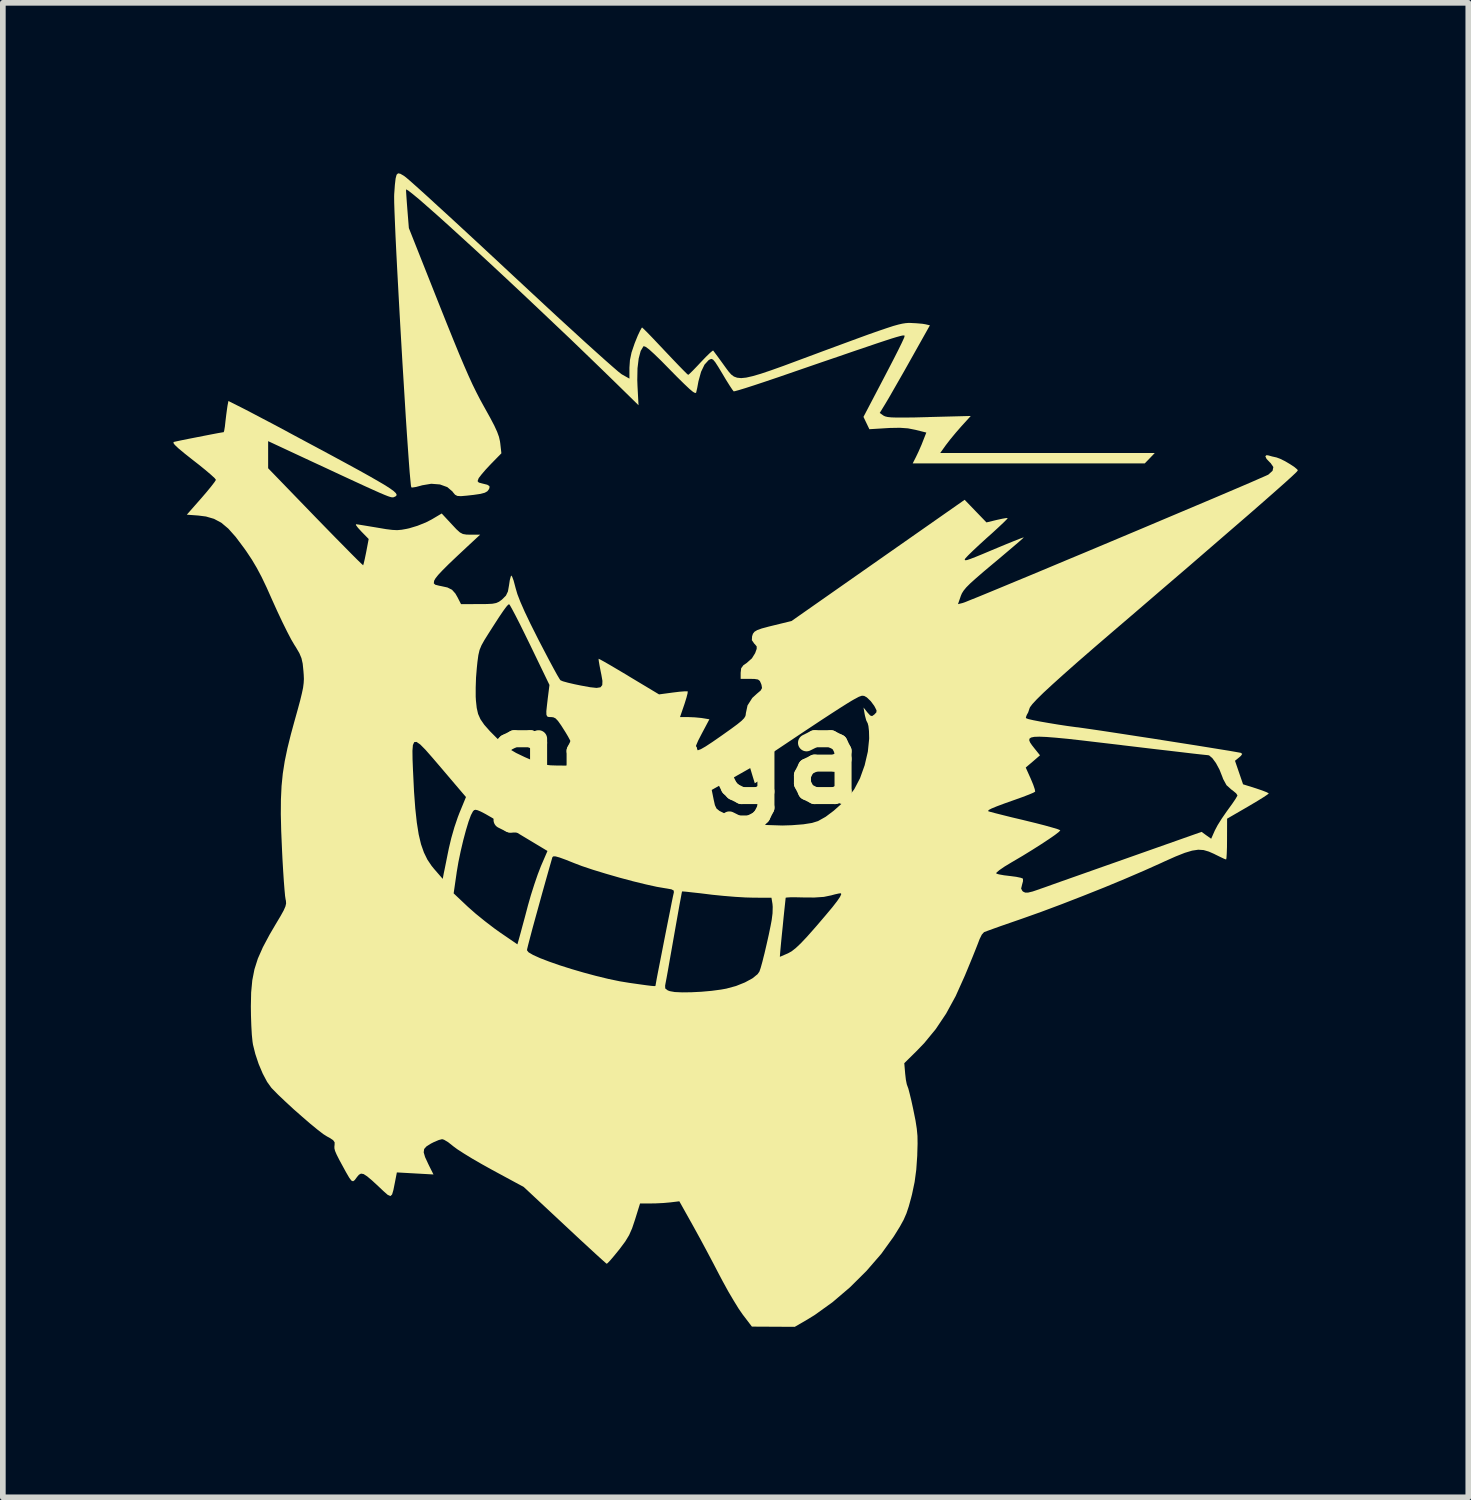
<source format=kicad_pcb>
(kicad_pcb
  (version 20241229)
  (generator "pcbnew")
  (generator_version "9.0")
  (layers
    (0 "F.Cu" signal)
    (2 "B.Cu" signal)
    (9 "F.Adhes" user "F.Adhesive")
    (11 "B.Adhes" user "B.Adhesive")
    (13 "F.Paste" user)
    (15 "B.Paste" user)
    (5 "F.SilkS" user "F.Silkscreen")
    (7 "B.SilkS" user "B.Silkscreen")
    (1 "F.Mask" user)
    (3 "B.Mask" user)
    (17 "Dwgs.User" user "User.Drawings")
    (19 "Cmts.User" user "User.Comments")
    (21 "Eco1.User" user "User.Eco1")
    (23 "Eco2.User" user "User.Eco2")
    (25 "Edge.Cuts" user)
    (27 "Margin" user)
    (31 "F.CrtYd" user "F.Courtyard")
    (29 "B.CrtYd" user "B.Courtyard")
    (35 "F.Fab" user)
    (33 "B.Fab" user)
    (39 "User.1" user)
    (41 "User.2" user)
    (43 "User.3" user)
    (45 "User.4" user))
  (footprint "gengar"
    (layer "F.Cu")
    (at 9.248 10.27)
    (property "Reference" "gengar" (at 0 0 0) (layer "F.SilkS") (effects (font (size 1.5 1.5) (thickness 0.3))))
    (attr board_only exclude_from_pos_files exclude_from_bom)
    (fp_poly (pts (xy -5.255 -10.263) (xy -5.199 -10.231) (xy -5.177 -10.216) (xy -5.135 -10.182) (xy -5.052 -10.11) (xy -4.932 -10.003) (xy -4.778 -9.864) (xy -4.595 -9.696) (xy -4.385 -9.504) (xy -4.153 -9.29) (xy -3.901 -9.057) (xy -3.634 -8.809) (xy -3.356 -8.55) (xy -3.27 -8.47) (xy -2.988 -8.208) (xy -2.717 -7.956) (xy -2.461 -7.719) (xy -2.221 -7.5) (xy -2.004 -7.301) (xy -1.811 -7.127) (xy -1.647 -6.98) (xy -1.515 -6.864) (xy -1.42 -6.782) (xy -1.364 -6.738) (xy -1.355 -6.732) (xy -1.223 -6.658) (xy -1.223 -6.852) (xy -1.214 -6.984) (xy -1.186 -7.118) (xy -1.132 -7.277) (xy -1.121 -7.305) (xy -1.075 -7.418) (xy -1.034 -7.504) (xy -1.007 -7.552) (xy -0.999 -7.557) (xy -0.973 -7.533) (xy -0.911 -7.472) (xy -0.822 -7.38) (xy -0.713 -7.265) (xy -0.592 -7.137) (xy -0.469 -7.007) (xy -0.36 -6.893) (xy -0.273 -6.804) (xy -0.214 -6.745) (xy -0.189 -6.724) (xy -0.163 -6.745) (xy -0.105 -6.802) (xy -0.026 -6.884) (xy 0.032 -6.946) (xy 0.12 -7.038) (xy 0.192 -7.108) (xy 0.238 -7.147) (xy 0.251 -7.152) (xy 0.273 -7.122) (xy 0.323 -7.055) (xy 0.39 -6.963) (xy 0.422 -6.919) (xy 0.476 -6.844) (xy 0.523 -6.781) (xy 0.567 -6.731) (xy 0.615 -6.695) (xy 0.672 -6.674) (xy 0.743 -6.667) (xy 0.832 -6.676) (xy 0.946 -6.702) (xy 1.09 -6.744) (xy 1.268 -6.804) (xy 1.487 -6.882) (xy 1.75 -6.98) (xy 2.065 -7.097) (xy 2.18 -7.14) (xy 2.497 -7.257) (xy 2.763 -7.355) (xy 2.982 -7.435) (xy 3.161 -7.498) (xy 3.305 -7.547) (xy 3.418 -7.584) (xy 3.508 -7.609) (xy 3.578 -7.625) (xy 3.635 -7.634) (xy 3.685 -7.638) (xy 3.714 -7.638) (xy 3.829 -7.632) (xy 3.932 -7.623) (xy 3.981 -7.615) (xy 4.064 -7.596) (xy 3.718 -6.98) (xy 3.613 -6.793) (xy 3.511 -6.615) (xy 3.42 -6.456) (xy 3.345 -6.325) (xy 3.291 -6.234) (xy 3.276 -6.209) (xy 3.181 -6.054) (xy 3.246 -6.008) (xy 3.275 -5.994) (xy 3.319 -5.983) (xy 3.385 -5.976) (xy 3.482 -5.973) (xy 3.616 -5.973) (xy 3.795 -5.975) (xy 4.028 -5.981) (xy 4.047 -5.982) (xy 4.783 -6.001) (xy 4.614 -5.815) (xy 4.518 -5.705) (xy 4.423 -5.59) (xy 4.349 -5.494) (xy 4.345 -5.489) (xy 4.245 -5.349) (xy 6.132 -5.349) (xy 8.02 -5.349) (xy 7.932 -5.257) (xy 7.844 -5.166) (xy 5.802 -5.166) (xy 3.761 -5.166) (xy 3.819 -5.28) (xy 3.866 -5.379) (xy 3.918 -5.498) (xy 3.939 -5.552) (xy 4.001 -5.709) (xy 3.809 -5.757) (xy 3.678 -5.783) (xy 3.536 -5.793) (xy 3.362 -5.79) (xy 3.308 -5.787) (xy 2.999 -5.768) (xy 2.947 -5.876) (xy 2.895 -5.985) (xy 3.245 -6.653) (xy 3.343 -6.841) (xy 3.432 -7.013) (xy 3.508 -7.163) (xy 3.566 -7.281) (xy 3.602 -7.359) (xy 3.613 -7.385) (xy 3.616 -7.398) (xy 3.619 -7.408) (xy 3.616 -7.416) (xy 3.603 -7.418) (xy 3.578 -7.416) (xy 3.537 -7.406) (xy 3.475 -7.389) (xy 3.389 -7.363) (xy 3.276 -7.326) (xy 3.131 -7.278) (xy 2.952 -7.217) (xy 2.733 -7.143) (xy 2.472 -7.053) (xy 2.164 -6.948) (xy 1.807 -6.825) (xy 1.396 -6.683) (xy 1.348 -6.667) (xy 1.15 -6.6) (xy 0.972 -6.541) (xy 0.82 -6.492) (xy 0.705 -6.457) (xy 0.632 -6.437) (xy 0.611 -6.434) (xy 0.587 -6.465) (xy 0.54 -6.536) (xy 0.476 -6.638) (xy 0.416 -6.739) (xy 0.34 -6.865) (xy 0.287 -6.947) (xy 0.25 -6.991) (xy 0.222 -7.005) (xy 0.194 -6.997) (xy 0.169 -6.982) (xy 0.098 -6.904) (xy 0.037 -6.777) (xy -0.008 -6.613) (xy -0.013 -6.587) (xy -0.03 -6.495) (xy -0.047 -6.422) (xy -0.049 -6.412) (xy -0.065 -6.404) (xy -0.103 -6.424) (xy -0.167 -6.477) (xy -0.261 -6.566) (xy -0.39 -6.693) (xy -0.504 -6.809) (xy -0.663 -6.971) (xy -0.786 -7.09) (xy -0.875 -7.171) (xy -0.935 -7.216) (xy -0.97 -7.229) (xy -0.977 -7.226) (xy -1.025 -7.145) (xy -1.06 -7.013) (xy -1.081 -6.84) (xy -1.085 -6.635) (xy -1.081 -6.526) (xy -1.063 -6.19) (xy -1.456 -6.575) (xy -1.714 -6.826) (xy -1.984 -7.087) (xy -2.262 -7.355) (xy -2.547 -7.625) (xy -2.833 -7.896) (xy -3.117 -8.164) (xy -3.397 -8.426) (xy -3.668 -8.678) (xy -3.927 -8.917) (xy -4.171 -9.14) (xy -4.395 -9.344) (xy -4.597 -9.526) (xy -4.774 -9.682) (xy -4.92 -9.81) (xy -5.035 -9.905) (xy -5.112 -9.965) (xy -5.15 -9.987) (xy -5.153 -9.986) (xy -5.153 -9.955) (xy -5.148 -9.876) (xy -5.14 -9.76) (xy -5.131 -9.643) (xy -5.104 -9.307) (xy -4.568 -7.956) (xy -4.433 -7.618) (xy -4.317 -7.331) (xy -4.217 -7.087) (xy -4.129 -6.88) (xy -4.052 -6.704) (xy -3.982 -6.551) (xy -3.915 -6.415) (xy -3.85 -6.289) (xy -3.783 -6.167) (xy -3.774 -6.151) (xy -3.674 -5.971) (xy -3.601 -5.832) (xy -3.551 -5.723) (xy -3.519 -5.635) (xy -3.501 -5.556) (xy -3.496 -5.521) (xy -3.476 -5.344) (xy -3.66 -5.156) (xy -3.749 -5.061) (xy -3.823 -4.975) (xy -3.871 -4.913) (xy -3.878 -4.901) (xy -3.895 -4.854) (xy -3.873 -4.829) (xy -3.813 -4.813) (xy -3.724 -4.791) (xy -3.686 -4.767) (xy -3.686 -4.734) (xy -3.698 -4.708) (xy -3.724 -4.675) (xy -3.769 -4.65) (xy -3.844 -4.63) (xy -3.96 -4.613) (xy -4.084 -4.599) (xy -4.188 -4.59) (xy -4.251 -4.594) (xy -4.291 -4.615) (xy -4.329 -4.66) (xy -4.335 -4.67) (xy -4.427 -4.749) (xy -4.557 -4.796) (xy -4.71 -4.808) (xy -4.871 -4.781) (xy -4.887 -4.776) (xy -4.977 -4.752) (xy -5.041 -4.742) (xy -5.061 -4.745) (xy -5.068 -4.78) (xy -5.077 -4.871) (xy -5.09 -5.011) (xy -5.104 -5.197) (xy -5.12 -5.421) (xy -5.138 -5.679) (xy -5.157 -5.966) (xy -5.176 -6.275) (xy -5.196 -6.601) (xy -5.217 -6.939) (xy -5.237 -7.283) (xy -5.257 -7.628) (xy -5.276 -7.968) (xy -5.294 -8.298) (xy -5.311 -8.612) (xy -5.326 -8.905) (xy -5.339 -9.172) (xy -5.349 -9.406) (xy -5.357 -9.603) (xy -5.362 -9.756) (xy -5.363 -9.861) (xy -5.362 -9.902) (xy -5.35 -10.068) (xy -5.337 -10.18) (xy -5.32 -10.245) (xy -5.294 -10.27)) (stroke (width 0) (type solid)) (fill yes) (layer "F.SilkS"))
    (fp_poly (pts (xy -8.059 -6.154) (xy -7.969 -6.108) (xy -7.835 -6.038) (xy -7.67 -5.951) (xy -7.483 -5.853) (xy -7.286 -5.748) (xy -7.183 -5.692) (xy -6.81 -5.492) (xy -6.487 -5.319) (xy -6.212 -5.17) (xy -5.981 -5.044) (xy -5.791 -4.938) (xy -5.638 -4.85) (xy -5.519 -4.78) (xy -5.431 -4.723) (xy -5.371 -4.679) (xy -5.335 -4.645) (xy -5.32 -4.62) (xy -5.323 -4.6) (xy -5.34 -4.585) (xy -5.368 -4.573) (xy -5.368 -4.572) (xy -5.382 -4.569) (xy -5.4 -4.569) (xy -5.429 -4.575) (xy -5.471 -4.589) (xy -5.532 -4.613) (xy -5.617 -4.649) (xy -5.731 -4.7) (xy -5.877 -4.766) (xy -6.061 -4.851) (xy -6.288 -4.956) (xy -6.562 -5.084) (xy -6.793 -5.191) (xy -7.58 -5.558) (xy -7.58 -5.319) (xy -7.58 -5.081) (xy -6.749 -4.222) (xy -6.565 -4.033) (xy -6.395 -3.859) (xy -6.243 -3.705) (xy -6.114 -3.574) (xy -6.013 -3.473) (xy -5.943 -3.405) (xy -5.91 -3.375) (xy -5.908 -3.374) (xy -5.898 -3.407) (xy -5.88 -3.484) (xy -5.858 -3.59) (xy -5.854 -3.61) (xy -5.811 -3.836) (xy -5.938 -3.966) (xy -6 -4.034) (xy -6.035 -4.081) (xy -6.035 -4.096) (xy -5.995 -4.091) (xy -5.908 -4.077) (xy -5.787 -4.057) (xy -5.66 -4.036) (xy -5.507 -4.01) (xy -5.395 -3.996) (xy -5.309 -3.992) (xy -5.23 -3.999) (xy -5.141 -4.015) (xy -5.097 -4.025) (xy -4.954 -4.068) (xy -4.804 -4.128) (xy -4.703 -4.18) (xy -4.526 -4.285) (xy -4.353 -4.099) (xy -4.267 -4.007) (xy -4.206 -3.952) (xy -4.153 -3.924) (xy -4.092 -3.914) (xy -4.016 -3.912) (xy -3.85 -3.912) (xy -4.072 -3.706) (xy -4.259 -3.531) (xy -4.404 -3.393) (xy -4.512 -3.285) (xy -4.588 -3.204) (xy -4.635 -3.145) (xy -4.658 -3.104) (xy -4.66 -3.098) (xy -4.665 -3.055) (xy -4.638 -3.031) (xy -4.566 -3.013) (xy -4.548 -3.01) (xy -4.425 -2.983) (xy -4.345 -2.943) (xy -4.286 -2.877) (xy -4.248 -2.811) (xy -4.186 -2.69) (xy -3.874 -2.691) (xy -3.73 -2.692) (xy -3.633 -2.697) (xy -3.567 -2.71) (xy -3.518 -2.732) (xy -3.47 -2.767) (xy -3.461 -2.775) (xy -3.396 -2.84) (xy -3.361 -2.913) (xy -3.342 -3.019) (xy -3.328 -3.112) (xy -3.311 -3.176) (xy -3.302 -3.194) (xy -3.286 -3.172) (xy -3.261 -3.105) (xy -3.234 -3.004) (xy -3.227 -2.977) (xy -3.195 -2.867) (xy -3.142 -2.73) (xy -3.066 -2.557) (xy -2.965 -2.345) (xy -2.835 -2.086) (xy -2.824 -2.064) (xy -2.726 -1.876) (xy -2.636 -1.704) (xy -2.558 -1.559) (xy -2.496 -1.446) (xy -2.453 -1.374) (xy -2.437 -1.351) (xy -2.393 -1.332) (xy -2.302 -1.307) (xy -2.181 -1.279) (xy -2.078 -1.258) (xy -1.914 -1.228) (xy -1.801 -1.216) (xy -1.732 -1.227) (xy -1.701 -1.266) (xy -1.698 -1.339) (xy -1.717 -1.449) (xy -1.727 -1.497) (xy -1.748 -1.605) (xy -1.762 -1.687) (xy -1.766 -1.727) (xy -1.766 -1.729) (xy -1.738 -1.716) (xy -1.667 -1.677) (xy -1.559 -1.615) (xy -1.422 -1.534) (xy -1.265 -1.441) (xy -1.23 -1.419) (xy -0.702 -1.102) (xy -0.456 -1.135) (xy -0.341 -1.149) (xy -0.251 -1.156) (xy -0.201 -1.156) (xy -0.197 -1.155) (xy -0.2 -1.121) (xy -0.219 -1.046) (xy -0.251 -0.943) (xy -0.258 -0.922) (xy -0.333 -0.703) (xy -0.189 -0.703) (xy -0.072 -0.698) (xy 0.043 -0.687) (xy 0.069 -0.683) (xy 0.184 -0.664) (xy 0.049 -0.41) (xy -0.015 -0.286) (xy -0.05 -0.203) (xy -0.06 -0.153) (xy -0.049 -0.125) (xy -0.046 -0.123) (xy -0.018 -0.119) (xy 0.034 -0.138) (xy 0.116 -0.185) (xy 0.235 -0.263) (xy 0.395 -0.374) (xy 0.409 -0.384) (xy 0.564 -0.494) (xy 0.675 -0.576) (xy 0.75 -0.637) (xy 0.795 -0.683) (xy 0.818 -0.721) (xy 0.825 -0.757) (xy 0.825 -0.768) (xy 0.855 -0.908) (xy 0.939 -1.04) (xy 1.022 -1.116) (xy 1.086 -1.17) (xy 1.11 -1.214) (xy 1.101 -1.268) (xy 1.095 -1.286) (xy 1.072 -1.338) (xy 1.039 -1.364) (xy 0.976 -1.374) (xy 0.899 -1.375) (xy 0.734 -1.375) (xy 0.734 -1.483) (xy 0.743 -1.562) (xy 0.783 -1.616) (xy 0.838 -1.653) (xy 0.932 -1.736) (xy 0.989 -1.828) (xy 1.016 -1.903) (xy 1.016 -1.946) (xy 0.986 -1.983) (xy 0.975 -1.993) (xy 0.931 -2.056) (xy 0.935 -2.123) (xy 0.95 -2.169) (xy 0.977 -2.204) (xy 1.025 -2.233) (xy 1.105 -2.262) (xy 1.228 -2.295) (xy 1.342 -2.323) (xy 1.629 -2.393) (xy 3.152 -3.46) (xy 4.675 -4.526) (xy 4.867 -4.327) (xy 5.059 -4.128) (xy 5.241 -4.172) (xy 5.338 -4.193) (xy 5.408 -4.205) (xy 5.434 -4.205) (xy 5.416 -4.182) (xy 5.359 -4.125) (xy 5.271 -4.042) (xy 5.159 -3.939) (xy 5.06 -3.851) (xy 4.933 -3.735) (xy 4.824 -3.633) (xy 4.74 -3.551) (xy 4.689 -3.497) (xy 4.677 -3.478) (xy 4.679 -3.466) (xy 4.692 -3.462) (xy 4.722 -3.467) (xy 4.777 -3.486) (xy 4.863 -3.519) (xy 4.988 -3.57) (xy 5.159 -3.642) (xy 5.25 -3.68) (xy 5.404 -3.744) (xy 5.537 -3.798) (xy 5.64 -3.839) (xy 5.701 -3.861) (xy 5.716 -3.864) (xy 5.693 -3.842) (xy 5.631 -3.787) (xy 5.534 -3.704) (xy 5.41 -3.599) (xy 5.266 -3.477) (xy 5.183 -3.408) (xy 5.008 -3.261) (xy 4.874 -3.145) (xy 4.775 -3.056) (xy 4.705 -2.986) (xy 4.658 -2.929) (xy 4.627 -2.88) (xy 4.606 -2.831) (xy 4.605 -2.826) (xy 4.558 -2.69) (xy 4.64 -2.71) (xy 4.683 -2.725) (xy 4.776 -2.763) (xy 4.916 -2.819) (xy 5.098 -2.894) (xy 5.316 -2.984) (xy 5.566 -3.088) (xy 5.844 -3.203) (xy 6.143 -3.328) (xy 6.46 -3.461) (xy 6.789 -3.598) (xy 7.127 -3.74) (xy 7.467 -3.883) (xy 7.805 -4.025) (xy 8.136 -4.165) (xy 8.456 -4.3) (xy 8.759 -4.428) (xy 9.041 -4.547) (xy 9.297 -4.656) (xy 9.522 -4.752) (xy 9.711 -4.833) (xy 9.859 -4.898) (xy 9.962 -4.943) (xy 10.015 -4.967) (xy 10.02 -4.97) (xy 10.093 -5.036) (xy 10.107 -5.102) (xy 10.06 -5.171) (xy 10.046 -5.184) (xy 9.987 -5.246) (xy 9.966 -5.292) (xy 9.986 -5.311) (xy 10.018 -5.307) (xy 10.087 -5.288) (xy 10.163 -5.271) (xy 10.228 -5.247) (xy 10.313 -5.205) (xy 10.401 -5.153) (xy 10.478 -5.102) (xy 10.528 -5.06) (xy 10.537 -5.041) (xy 10.509 -5.009) (xy 10.434 -4.938) (xy 10.313 -4.828) (xy 10.145 -4.679) (xy 9.931 -4.491) (xy 9.67 -4.263) (xy 9.362 -3.997) (xy 9.008 -3.691) (xy 8.608 -3.345) (xy 8.16 -2.961) (xy 7.667 -2.537) (xy 7.292 -2.216) (xy 6.957 -1.928) (xy 6.668 -1.677) (xy 6.424 -1.461) (xy 6.223 -1.28) (xy 6.064 -1.133) (xy 5.946 -1.017) (xy 5.867 -0.932) (xy 5.825 -0.876) (xy 5.818 -0.86) (xy 5.793 -0.785) (xy 5.768 -0.74) (xy 5.752 -0.696) (xy 5.758 -0.682) (xy 5.796 -0.668) (xy 5.882 -0.648) (xy 6.006 -0.624) (xy 6.156 -0.598) (xy 6.319 -0.571) (xy 6.484 -0.546) (xy 6.639 -0.525) (xy 6.67 -0.522) (xy 6.755 -0.51) (xy 6.887 -0.491) (xy 7.059 -0.466) (xy 7.263 -0.435) (xy 7.492 -0.4) (xy 7.738 -0.362) (xy 7.994 -0.323) (xy 8.253 -0.282) (xy 8.507 -0.242) (xy 8.749 -0.204) (xy 8.972 -0.168) (xy 9.168 -0.136) (xy 9.329 -0.11) (xy 9.449 -0.089) (xy 9.521 -0.076) (xy 9.536 -0.073) (xy 9.559 -0.054) (xy 9.536 -0.02) (xy 9.507 0.005) (xy 9.432 0.066) (xy 9.503 0.273) (xy 9.574 0.48) (xy 9.8 0.551) (xy 9.906 0.587) (xy 9.986 0.618) (xy 10.024 0.638) (xy 10.026 0.641) (xy 10.001 0.662) (xy 9.932 0.708) (xy 9.829 0.772) (xy 9.703 0.847) (xy 9.659 0.873) (xy 9.293 1.085) (xy 9.292 1.444) (xy 9.291 1.584) (xy 9.287 1.699) (xy 9.282 1.776) (xy 9.276 1.803) (xy 9.242 1.791) (xy 9.17 1.757) (xy 9.074 1.71) (xy 9.072 1.708) (xy 8.972 1.664) (xy 8.88 1.637) (xy 8.785 1.631) (xy 8.678 1.647) (xy 8.548 1.686) (xy 8.387 1.75) (xy 8.183 1.841) (xy 8.132 1.865) (xy 7.837 1.997) (xy 7.5 2.142) (xy 7.134 2.294) (xy 6.755 2.445) (xy 6.379 2.591) (xy 6.021 2.725) (xy 5.695 2.841) (xy 5.655 2.855) (xy 5.473 2.918) (xy 5.309 2.975) (xy 5.172 3.024) (xy 5.073 3.06) (xy 5.02 3.08) (xy 5.015 3.083) (xy 4.977 3.125) (xy 4.94 3.2) (xy 4.933 3.217) (xy 4.909 3.281) (xy 4.866 3.39) (xy 4.809 3.532) (xy 4.741 3.697) (xy 4.678 3.849) (xy 4.517 4.207) (xy 4.349 4.515) (xy 4.167 4.787) (xy 3.963 5.035) (xy 3.826 5.177) (xy 3.613 5.387) (xy 3.629 5.574) (xy 3.641 5.678) (xy 3.657 5.758) (xy 3.669 5.792) (xy 3.684 5.832) (xy 3.707 5.92) (xy 3.737 6.043) (xy 3.769 6.19) (xy 3.775 6.22) (xy 3.811 6.398) (xy 3.833 6.54) (xy 3.845 6.667) (xy 3.847 6.804) (xy 3.842 6.972) (xy 3.841 7.015) (xy 3.824 7.261) (xy 3.795 7.477) (xy 3.75 7.691) (xy 3.734 7.754) (xy 3.692 7.907) (xy 3.651 8.03) (xy 3.602 8.142) (xy 3.536 8.262) (xy 3.445 8.409) (xy 3.424 8.442) (xy 3.208 8.742) (xy 2.948 9.042) (xy 2.658 9.33) (xy 2.351 9.592) (xy 2.041 9.815) (xy 1.905 9.899) (xy 1.686 10.026) (xy 1.309 10.024) (xy 0.932 10.022) (xy 0.771 9.811) (xy 0.701 9.71) (xy 0.614 9.569) (xy 0.516 9.403) (xy 0.419 9.226) (xy 0.361 9.117) (xy 0.258 8.919) (xy 0.142 8.7) (xy 0.026 8.484) (xy -0.08 8.291) (xy -0.116 8.226) (xy -0.345 7.817) (xy -0.501 7.836) (xy -0.623 7.847) (xy -0.766 7.854) (xy -0.847 7.855) (xy -1.036 7.855) (xy -1.125 8.141) (xy -1.176 8.293) (xy -1.229 8.413) (xy -1.297 8.525) (xy -1.393 8.654) (xy -1.409 8.674) (xy -1.492 8.776) (xy -1.561 8.857) (xy -1.608 8.906) (xy -1.624 8.916) (xy -1.65 8.894) (xy -1.715 8.836) (xy -1.814 8.746) (xy -1.941 8.629) (xy -2.092 8.49) (xy -2.259 8.334) (xy -2.363 8.237) (xy -3.083 7.565) (xy -3.643 7.262) (xy -3.821 7.163) (xy -3.989 7.066) (xy -4.136 6.976) (xy -4.252 6.901) (xy -4.325 6.847) (xy -4.332 6.841) (xy -4.413 6.777) (xy -4.485 6.734) (xy -4.519 6.724) (xy -4.578 6.739) (xy -4.665 6.776) (xy -4.718 6.803) (xy -4.794 6.851) (xy -4.835 6.897) (xy -4.843 6.956) (xy -4.819 7.039) (xy -4.763 7.16) (xy -4.746 7.195) (xy -4.671 7.345) (xy -4.993 7.327) (xy -5.315 7.309) (xy -5.349 7.483) (xy -5.376 7.618) (xy -5.399 7.697) (xy -5.429 7.725) (xy -5.476 7.704) (xy -5.551 7.638) (xy -5.625 7.568) (xy -5.749 7.453) (xy -5.838 7.378) (xy -5.9 7.338) (xy -5.946 7.33) (xy -5.983 7.35) (xy -6.02 7.394) (xy -6.023 7.399) (xy -6.058 7.445) (xy -6.086 7.465) (xy -6.116 7.452) (xy -6.154 7.401) (xy -6.21 7.305) (xy -6.253 7.226) (xy -6.327 7.09) (xy -6.375 6.995) (xy -6.403 6.93) (xy -6.414 6.884) (xy -6.414 6.846) (xy -6.411 6.828) (xy -6.41 6.779) (xy -6.437 6.741) (xy -6.503 6.698) (xy -6.543 6.677) (xy -6.611 6.634) (xy -6.712 6.556) (xy -6.839 6.452) (xy -6.98 6.33) (xy -7.128 6.2) (xy -7.271 6.068) (xy -7.402 5.944) (xy -7.509 5.835) (xy -7.524 5.819) (xy -7.598 5.716) (xy -7.675 5.571) (xy -7.747 5.401) (xy -7.806 5.224) (xy -7.847 5.059) (xy -7.855 5.006) (xy -7.867 4.886) (xy -7.876 4.725) (xy -7.882 4.547) (xy -7.884 4.386) (xy -7.879 4.142) (xy -7.859 3.929) (xy -7.821 3.735) (xy -7.761 3.546) (xy -7.696 3.4) (xy -3.026 3.4) (xy -2.998 3.436) (xy -2.918 3.483) (xy -2.794 3.539) (xy -2.635 3.6) (xy -2.449 3.665) (xy -2.244 3.73) (xy -2.028 3.793) (xy -1.809 3.852) (xy -1.595 3.904) (xy -1.394 3.946) (xy -1.223 3.974) (xy -1.047 3.999) (xy -0.924 4.016) (xy -0.842 4.026) (xy -0.795 4.03) (xy -0.772 4.03) (xy -0.765 4.025) (xy -0.764 4.023) (xy -0.595 4.023) (xy -0.593 4.072) (xy -0.549 4.106) (xy -0.511 4.12) (xy -0.426 4.135) (xy -0.295 4.141) (xy -0.133 4.139) (xy 0.045 4.13) (xy 0.223 4.114) (xy 0.388 4.092) (xy 0.482 4.075) (xy 0.652 4.029) (xy 0.809 3.966) (xy 0.94 3.895) (xy 1.032 3.821) (xy 1.064 3.775) (xy 1.086 3.711) (xy 1.117 3.6) (xy 1.138 3.515) (xy 1.424 3.515) (xy 1.424 3.515) (xy 1.452 3.504) (xy 1.518 3.475) (xy 1.567 3.454) (xy 1.63 3.419) (xy 1.702 3.363) (xy 1.789 3.281) (xy 1.899 3.165) (xy 2.037 3.009) (xy 2.072 2.969) (xy 2.229 2.785) (xy 2.348 2.643) (xy 2.431 2.536) (xy 2.481 2.463) (xy 2.503 2.417) (xy 2.5 2.398) (xy 2.467 2.4) (xy 2.394 2.416) (xy 2.328 2.434) (xy 2.197 2.461) (xy 2.032 2.472) (xy 1.848 2.471) (xy 1.716 2.468) (xy 1.61 2.468) (xy 1.544 2.472) (xy 1.526 2.476) (xy 1.517 2.562) (xy 1.504 2.683) (xy 1.489 2.827) (xy 1.474 2.982) (xy 1.458 3.136) (xy 1.444 3.279) (xy 1.433 3.397) (xy 1.426 3.48) (xy 1.424 3.515) (xy 1.138 3.515) (xy 1.153 3.457) (xy 1.191 3.294) (xy 1.229 3.125) (xy 1.262 2.964) (xy 1.28 2.868) (xy 1.295 2.75) (xy 1.298 2.636) (xy 1.294 2.585) (xy 1.276 2.476) (xy 0.966 2.475) (xy 0.82 2.471) (xy 0.634 2.46) (xy 0.43 2.443) (xy 0.23 2.423) (xy 0.183 2.417) (xy 0.021 2.397) (xy -0.118 2.382) (xy -0.224 2.37) (xy -0.285 2.365) (xy -0.297 2.365) (xy -0.304 2.396) (xy -0.319 2.479) (xy -0.343 2.606) (xy -0.372 2.769) (xy -0.406 2.961) (xy -0.442 3.165) (xy -0.48 3.381) (xy -0.515 3.579) (xy -0.545 3.751) (xy -0.57 3.889) (xy -0.588 3.983) (xy -0.595 4.023) (xy -0.764 4.023) (xy -0.764 4.021) (xy -0.758 3.986) (xy -0.743 3.901) (xy -0.719 3.776) (xy -0.688 3.619) (xy -0.653 3.44) (xy -0.616 3.25) (xy -0.578 3.057) (xy -0.541 2.871) (xy -0.507 2.702) (xy -0.479 2.559) (xy -0.457 2.452) (xy -0.443 2.39) (xy -0.441 2.381) (xy -0.444 2.349) (xy -0.484 2.328) (xy -0.573 2.312) (xy -0.588 2.31) (xy -0.74 2.284) (xy -0.935 2.241) (xy -1.16 2.186) (xy -1.399 2.122) (xy -1.638 2.053) (xy -1.864 1.984) (xy -2.061 1.918) (xy -2.192 1.868) (xy -2.345 1.807) (xy -2.452 1.768) (xy -2.52 1.749) (xy -2.559 1.747) (xy -2.577 1.76) (xy -2.58 1.768) (xy -2.638 1.97) (xy -2.699 2.186) (xy -2.761 2.407) (xy -2.821 2.625) (xy -2.878 2.831) (xy -2.929 3.017) (xy -2.971 3.176) (xy -3.003 3.298) (xy -3.022 3.376) (xy -3.026 3.4) (xy -7.696 3.4) (xy -7.673 3.347) (xy -7.554 3.124) (xy -7.445 2.938) (xy -7.362 2.799) (xy -7.307 2.7) (xy -7.276 2.629) (xy -7.264 2.577) (xy -7.267 2.53) (xy -7.273 2.504) (xy -7.282 2.444) (xy -7.286 2.399) (xy -4.316 2.399) (xy -4.065 2.636) (xy -3.929 2.756) (xy -3.765 2.889) (xy -3.599 3.016) (xy -3.504 3.084) (xy -3.194 3.296) (xy -3.158 3.168) (xy -3.137 3.092) (xy -3.105 2.972) (xy -3.064 2.822) (xy -3.021 2.659) (xy -3.009 2.613) (xy -2.957 2.431) (xy -2.897 2.242) (xy -2.837 2.067) (xy -2.784 1.929) (xy -2.78 1.919) (xy -2.665 1.653) (xy -3.296 1.274) (xy -3.494 1.156) (xy -3.646 1.066) (xy -3.759 1.001) (xy -3.84 0.959) (xy -3.895 0.936) (xy -3.931 0.928) (xy -3.954 0.934) (xy -3.972 0.95) (xy -3.977 0.957) (xy -4.012 1.023) (xy -4.054 1.137) (xy -4.1 1.289) (xy -4.147 1.465) (xy -4.192 1.656) (xy -4.232 1.848) (xy -4.263 2.031) (xy -4.265 2.048) (xy -4.316 2.399) (xy -7.286 2.399) (xy -7.292 2.334) (xy -7.304 2.182) (xy -7.316 1.999) (xy -7.328 1.794) (xy -7.335 1.651) (xy -7.35 1.303) (xy -7.357 1.005) (xy -7.355 0.744) (xy -7.344 0.51) (xy -7.322 0.29) (xy -7.288 0.073) (xy -7.25 -0.109) (xy -5.041 -0.109) (xy -5.039 0.042) (xy -5.031 0.244) (xy -5.03 0.259) (xy -5.013 0.61) (xy -4.991 0.906) (xy -4.964 1.154) (xy -4.931 1.362) (xy -4.89 1.535) (xy -4.839 1.68) (xy -4.778 1.805) (xy -4.704 1.915) (xy -4.66 1.969) (xy -4.508 2.144) (xy -4.489 2.042) (xy -4.474 1.971) (xy -4.451 1.857) (xy -4.423 1.717) (xy -4.4 1.605) (xy -4.358 1.428) (xy -4.303 1.236) (xy -4.243 1.059) (xy -4.215 0.986) (xy -4.099 0.704) (xy -4.206 0.579) (xy 0.225 0.579) (xy 0.259 0.749) (xy 0.281 0.847) (xy 0.309 0.906) (xy 0.361 0.948) (xy 0.451 0.993) (xy 0.453 0.994) (xy 0.698 1.094) (xy 0.937 1.16) (xy 1.187 1.196) (xy 1.466 1.205) (xy 1.633 1.2) (xy 1.837 1.184) (xy 1.989 1.16) (xy 2.099 1.126) (xy 2.099 1.125) (xy 2.229 1.052) (xy 2.365 0.95) (xy 5.088 0.95) (xy 5.094 0.955) (xy 5.13 0.966) (xy 5.217 0.989) (xy 5.344 1.021) (xy 5.504 1.061) (xy 5.686 1.104) (xy 5.739 1.117) (xy 5.923 1.162) (xy 6.086 1.204) (xy 6.218 1.241) (xy 6.311 1.269) (xy 6.355 1.287) (xy 6.358 1.29) (xy 6.333 1.318) (xy 6.263 1.372) (xy 6.156 1.446) (xy 6.021 1.535) (xy 5.865 1.634) (xy 5.696 1.738) (xy 5.523 1.84) (xy 5.509 1.848) (xy 5.378 1.927) (xy 5.285 1.991) (xy 5.235 2.034) (xy 5.232 2.051) (xy 5.279 2.065) (xy 5.368 2.081) (xy 5.477 2.094) (xy 5.583 2.108) (xy 5.664 2.125) (xy 5.701 2.14) (xy 5.701 2.14) (xy 5.702 2.184) (xy 5.685 2.248) (xy 5.669 2.315) (xy 5.692 2.358) (xy 5.707 2.37) (xy 5.742 2.386) (xy 5.793 2.385) (xy 5.872 2.366) (xy 5.993 2.325) (xy 6.005 2.32) (xy 6.086 2.292) (xy 6.217 2.245) (xy 6.391 2.183) (xy 6.601 2.109) (xy 6.839 2.025) (xy 7.099 1.933) (xy 7.372 1.837) (xy 7.547 1.775) (xy 8.844 1.317) (xy 8.928 1.378) (xy 9.013 1.438) (xy 9.077 1.293) (xy 9.126 1.2) (xy 9.2 1.082) (xy 9.285 0.959) (xy 9.308 0.927) (xy 9.382 0.825) (xy 9.439 0.741) (xy 9.471 0.686) (xy 9.475 0.674) (xy 9.452 0.639) (xy 9.393 0.59) (xy 9.369 0.573) (xy 9.283 0.496) (xy 9.223 0.386) (xy 9.211 0.352) (xy 9.159 0.221) (xy 9.097 0.106) (xy 9.033 0.019) (xy 8.977 -0.028) (xy 8.959 -0.032) (xy 8.92 -0.036) (xy 8.826 -0.046) (xy 8.683 -0.062) (xy 8.498 -0.084) (xy 8.277 -0.11) (xy 8.025 -0.139) (xy 7.749 -0.172) (xy 7.455 -0.207) (xy 7.427 -0.211) (xy 7.06 -0.254) (xy 6.748 -0.291) (xy 6.49 -0.32) (xy 6.28 -0.34) (xy 6.114 -0.353) (xy 5.989 -0.358) (xy 5.9 -0.355) (xy 5.844 -0.343) (xy 5.815 -0.322) (xy 5.812 -0.292) (xy 5.828 -0.254) (xy 5.86 -0.207) (xy 5.904 -0.151) (xy 6.001 -0.03) (xy 5.876 0.078) (xy 5.75 0.185) (xy 5.84 0.386) (xy 5.882 0.487) (xy 5.909 0.567) (xy 5.916 0.608) (xy 5.915 0.61) (xy 5.882 0.629) (xy 5.803 0.662) (xy 5.691 0.705) (xy 5.571 0.748) (xy 5.379 0.816) (xy 5.24 0.868) (xy 5.148 0.906) (xy 5.099 0.932) (xy 5.088 0.95) (xy 2.365 0.95) (xy 2.375 0.942) (xy 2.52 0.813) (xy 2.648 0.679) (xy 2.733 0.567) (xy 2.834 0.374) (xy 2.916 0.145) (xy 2.972 -0.095) (xy 2.995 -0.319) (xy 2.995 -0.342) (xy 2.992 -0.456) (xy 2.982 -0.546) (xy 2.969 -0.595) (xy 2.967 -0.598) (xy 2.944 -0.644) (xy 2.922 -0.725) (xy 2.917 -0.749) (xy 2.896 -0.871) (xy 2.964 -0.785) (xy 3.013 -0.731) (xy 3.046 -0.72) (xy 3.085 -0.747) (xy 3.088 -0.75) (xy 3.122 -0.786) (xy 3.125 -0.821) (xy 3.096 -0.879) (xy 3.083 -0.902) (xy 3.023 -0.983) (xy 2.956 -1.047) (xy 2.949 -1.052) (xy 2.908 -1.075) (xy 2.868 -1.079) (xy 2.814 -1.06) (xy 2.73 -1.015) (xy 2.683 -0.988) (xy 2.603 -0.939) (xy 2.481 -0.862) (xy 2.329 -0.764) (xy 2.156 -0.651) (xy 1.972 -0.529) (xy 1.863 -0.457) (xy 1.236 -0.038) (xy 1.245 0.08) (xy 1.234 0.218) (xy 1.17 0.328) (xy 1.08 0.401) (xy 0.983 0.462) (xy 0.942 0.329) (xy 0.902 0.195) (xy 0.563 0.387) (xy 0.225 0.579) (xy -4.206 0.579) (xy -4.529 0.199) (xy -4.689 0.012) (xy -4.812 -0.128) (xy -4.904 -0.221) (xy -4.969 -0.266) (xy -5.01 -0.262) (xy -5.033 -0.21) (xy -5.041 -0.109) (xy -7.25 -0.109) (xy -7.241 -0.153) (xy -7.18 -0.399) (xy -7.122 -0.612) (xy -7.062 -0.827) (xy -7.017 -0.993) (xy -6.986 -1.121) (xy -6.965 -1.22) (xy -6.965 -1.222) (xy -3.928 -1.222) (xy -3.928 -1.061) (xy -3.924 -0.993) (xy -3.91 -0.864) (xy -3.886 -0.758) (xy -3.844 -0.664) (xy -3.777 -0.567) (xy -3.678 -0.455) (xy -3.554 -0.33) (xy -3.441 -0.224) (xy -3.336 -0.142) (xy -3.218 -0.072) (xy -3.066 0.001) (xy -3.041 0.012) (xy -2.902 0.072) (xy -2.797 0.112) (xy -2.707 0.135) (xy -2.611 0.146) (xy -2.489 0.15) (xy -2.439 0.15) (xy -2.142 0.153) (xy -2.161 -0.005) (xy -2.183 -0.108) (xy -2.229 -0.223) (xy -2.305 -0.364) (xy -2.346 -0.433) (xy -2.424 -0.556) (xy -2.48 -0.635) (xy -2.523 -0.68) (xy -2.563 -0.699) (xy -2.601 -0.703) (xy -2.644 -0.704) (xy -2.671 -0.715) (xy -2.684 -0.746) (xy -2.685 -0.807) (xy -2.674 -0.91) (xy -2.659 -1.039) (xy -2.63 -1.268) (xy -2.973 -1.978) (xy -3.067 -2.17) (xy -3.152 -2.342) (xy -3.226 -2.487) (xy -3.285 -2.598) (xy -3.324 -2.668) (xy -3.34 -2.689) (xy -3.359 -2.678) (xy -3.392 -2.641) (xy -3.443 -2.571) (xy -3.515 -2.465) (xy -3.612 -2.315) (xy -3.697 -2.182) (xy -3.774 -2.059) (xy -3.826 -1.966) (xy -3.86 -1.884) (xy -3.881 -1.794) (xy -3.897 -1.677) (xy -3.908 -1.571) (xy -3.922 -1.401) (xy -3.928 -1.222) (xy -6.965 -1.222) (xy -6.955 -1.301) (xy -6.951 -1.373) (xy -6.954 -1.447) (xy -6.959 -1.513) (xy -6.972 -1.643) (xy -6.994 -1.74) (xy -7.031 -1.828) (xy -7.093 -1.934) (xy -7.117 -1.971) (xy -7.174 -2.068) (xy -7.247 -2.208) (xy -7.331 -2.378) (xy -7.419 -2.565) (xy -7.505 -2.755) (xy -7.607 -2.984) (xy -7.696 -3.17) (xy -7.78 -3.328) (xy -7.866 -3.473) (xy -7.963 -3.619) (xy -8.005 -3.678) (xy -8.151 -3.873) (xy -8.281 -4.019) (xy -8.405 -4.123) (xy -8.533 -4.191) (xy -8.674 -4.232) (xy -8.808 -4.249) (xy -9.011 -4.264) (xy -8.756 -4.554) (xy -8.659 -4.667) (xy -8.579 -4.765) (xy -8.523 -4.838) (xy -8.499 -4.876) (xy -8.499 -4.878) (xy -8.521 -4.907) (xy -8.585 -4.966) (xy -8.681 -5.048) (xy -8.801 -5.145) (xy -8.896 -5.219) (xy -9.049 -5.34) (xy -9.156 -5.429) (xy -9.221 -5.49) (xy -9.248 -5.527) (xy -9.24 -5.544) (xy -9.239 -5.544) (xy -9.195 -5.554) (xy -9.106 -5.573) (xy -8.987 -5.597) (xy -8.849 -5.624) (xy -8.707 -5.652) (xy -8.573 -5.678) (xy -8.463 -5.699) (xy -8.388 -5.712) (xy -8.362 -5.716) (xy -8.353 -5.743) (xy -8.341 -5.816) (xy -8.331 -5.907) (xy -8.317 -6.023) (xy -8.303 -6.127) (xy -8.295 -6.181) (xy -8.279 -6.264)) (stroke (width 0) (type solid)) (fill yes) (layer "F.SilkS")))
  (gr_rect
    (start -3 -3)
    (end 22.785 23.296)
    (stroke (width 0.1) (type default))
    (fill no)
    (layer "Edge.Cuts")))
</source>
